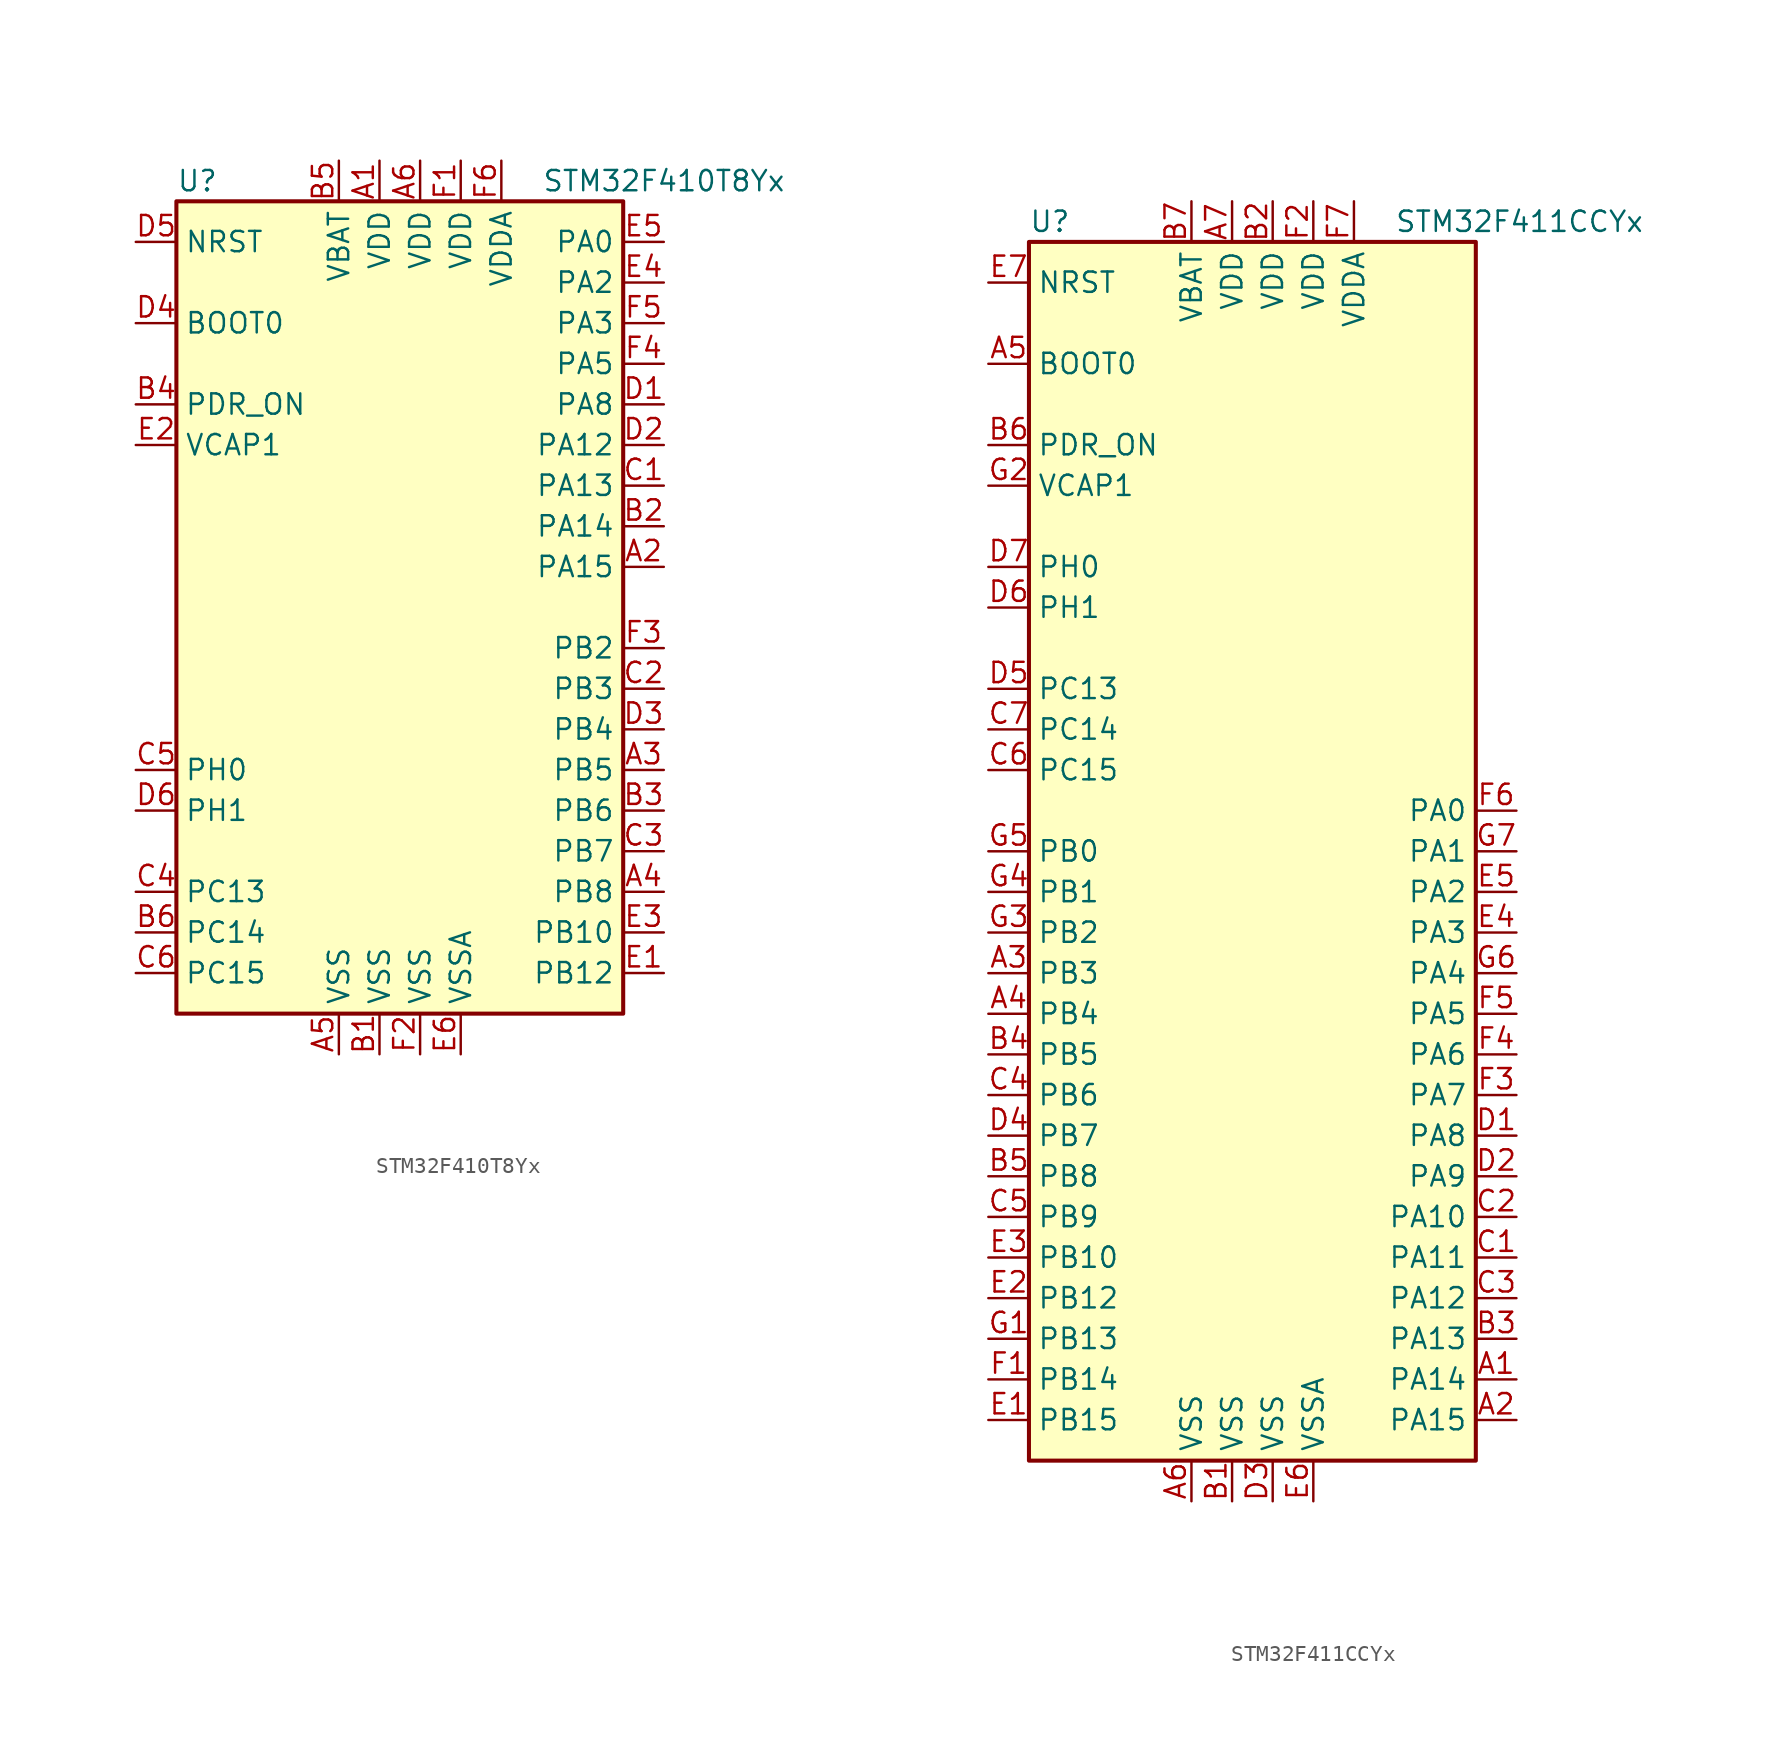
<source format=kicad_sym>
(kicad_symbol_lib
  (version 20220914)
  (generator kicad_symbol_editor)
  (symbol "STM32F410T8Yx"
    (property "Reference" "U"
      (at -15.24 26.67 0)
      (effects (font (size 1.27 1.27)) (justify left)))
    (property "Value" "STM32F410T8Yx"
      (at 7.62 26.67 0)
      (effects (font (size 1.27 1.27)) (justify left)))
    (symbol "STM32F410T8Yx_0_1"
      (rectangle (start -15.24 -25.4) (end 12.7 25.4) (stroke (width 0.254) (type default)) (fill (type background))))
    (symbol "STM32F410T8Yx_1_1"
      (pin power_in line (at -2.54 27.94 270) (length 2.54) (name "VDD" (effects (font (size 1.27 1.27)))) (number "A1" (effects (font (size 1.27 1.27)))))
      (pin bidirectional line (at 15.24 2.54 180) (length 2.54) (name "PA15" (effects (font (size 1.27 1.27)))) (number "A2" (effects (font (size 1.27 1.27)))))
      (pin bidirectional line (at 15.24 -10.16 180) (length 2.54) (name "PB5" (effects (font (size 1.27 1.27)))) (number "A3" (effects (font (size 1.27 1.27)))))
      (pin bidirectional line (at 15.24 -17.78 180) (length 2.54) (name "PB8" (effects (font (size 1.27 1.27)))) (number "A4" (effects (font (size 1.27 1.27)))))
      (pin power_in line (at -5.08 -27.94 90) (length 2.54) (name "VSS" (effects (font (size 1.27 1.27)))) (number "A5" (effects (font (size 1.27 1.27)))))
      (pin power_in line (at 0 27.94 270) (length 2.54) (name "VDD" (effects (font (size 1.27 1.27)))) (number "A6" (effects (font (size 1.27 1.27)))))
      (pin power_in line (at -2.54 -27.94 90) (length 2.54) (name "VSS" (effects (font (size 1.27 1.27)))) (number "B1" (effects (font (size 1.27 1.27)))))
      (pin bidirectional line (at 15.24 5.08 180) (length 2.54) (name "PA14" (effects (font (size 1.27 1.27)))) (number "B2" (effects (font (size 1.27 1.27)))))
      (pin bidirectional line (at 15.24 -12.7 180) (length 2.54) (name "PB6" (effects (font (size 1.27 1.27)))) (number "B3" (effects (font (size 1.27 1.27)))))
      (pin power_in line (at -17.78 12.7 0) (length 2.54) (name "PDR_ON" (effects (font (size 1.27 1.27)))) (number "B4" (effects (font (size 1.27 1.27)))))
      (pin power_in line (at -5.08 27.94 270) (length 2.54) (name "VBAT" (effects (font (size 1.27 1.27)))) (number "B5" (effects (font (size 1.27 1.27)))))
      (pin bidirectional line (at -17.78 -20.32 0) (length 2.54) (name "PC14" (effects (font (size 1.27 1.27)))) (number "B6" (effects (font (size 1.27 1.27)))))
      (pin bidirectional line (at 15.24 7.62 180) (length 2.54) (name "PA13" (effects (font (size 1.27 1.27)))) (number "C1" (effects (font (size 1.27 1.27)))))
      (pin bidirectional line (at 15.24 -5.08 180) (length 2.54) (name "PB3" (effects (font (size 1.27 1.27)))) (number "C2" (effects (font (size 1.27 1.27)))))
      (pin bidirectional line (at 15.24 -15.24 180) (length 2.54) (name "PB7" (effects (font (size 1.27 1.27)))) (number "C3" (effects (font (size 1.27 1.27)))))
      (pin bidirectional line (at -17.78 -17.78 0) (length 2.54) (name "PC13" (effects (font (size 1.27 1.27)))) (number "C4" (effects (font (size 1.27 1.27)))))
      (pin input line (at -17.78 -10.16 0) (length 2.54) (name "PH0" (effects (font (size 1.27 1.27)))) (number "C5" (effects (font (size 1.27 1.27)))))
      (pin bidirectional line (at -17.78 -22.86 0) (length 2.54) (name "PC15" (effects (font (size 1.27 1.27)))) (number "C6" (effects (font (size 1.27 1.27)))))
      (pin bidirectional line (at 15.24 12.7 180) (length 2.54) (name "PA8" (effects (font (size 1.27 1.27)))) (number "D1" (effects (font (size 1.27 1.27)))))
      (pin bidirectional line (at 15.24 10.16 180) (length 2.54) (name "PA12" (effects (font (size 1.27 1.27)))) (number "D2" (effects (font (size 1.27 1.27)))))
      (pin bidirectional line (at 15.24 -7.62 180) (length 2.54) (name "PB4" (effects (font (size 1.27 1.27)))) (number "D3" (effects (font (size 1.27 1.27)))))
      (pin input line (at -17.78 17.78 0) (length 2.54) (name "BOOT0" (effects (font (size 1.27 1.27)))) (number "D4" (effects (font (size 1.27 1.27)))))
      (pin input line (at -17.78 22.86 0) (length 2.54) (name "NRST" (effects (font (size 1.27 1.27)))) (number "D5" (effects (font (size 1.27 1.27)))))
      (pin input line (at -17.78 -12.7 0) (length 2.54) (name "PH1" (effects (font (size 1.27 1.27)))) (number "D6" (effects (font (size 1.27 1.27)))))
      (pin bidirectional line (at 15.24 -22.86 180) (length 2.54) (name "PB12" (effects (font (size 1.27 1.27)))) (number "E1" (effects (font (size 1.27 1.27)))))
      (pin power_in line (at -17.78 10.16 0) (length 2.54) (name "VCAP1" (effects (font (size 1.27 1.27)))) (number "E2" (effects (font (size 1.27 1.27)))))
      (pin bidirectional line (at 15.24 -20.32 180) (length 2.54) (name "PB10" (effects (font (size 1.27 1.27)))) (number "E3" (effects (font (size 1.27 1.27)))))
      (pin bidirectional line (at 15.24 20.32 180) (length 2.54) (name "PA2" (effects (font (size 1.27 1.27)))) (number "E4" (effects (font (size 1.27 1.27)))))
      (pin bidirectional line (at 15.24 22.86 180) (length 2.54) (name "PA0" (effects (font (size 1.27 1.27)))) (number "E5" (effects (font (size 1.27 1.27)))))
      (pin power_in line (at 2.54 -27.94 90) (length 2.54) (name "VSSA" (effects (font (size 1.27 1.27)))) (number "E6" (effects (font (size 1.27 1.27)))))
      (pin power_in line (at 2.54 27.94 270) (length 2.54) (name "VDD" (effects (font (size 1.27 1.27)))) (number "F1" (effects (font (size 1.27 1.27)))))
      (pin power_in line (at 0 -27.94 90) (length 2.54) (name "VSS" (effects (font (size 1.27 1.27)))) (number "F2" (effects (font (size 1.27 1.27)))))
      (pin bidirectional line (at 15.24 -2.54 180) (length 2.54) (name "PB2" (effects (font (size 1.27 1.27)))) (number "F3" (effects (font (size 1.27 1.27)))))
      (pin bidirectional line (at 15.24 15.24 180) (length 2.54) (name "PA5" (effects (font (size 1.27 1.27)))) (number "F4" (effects (font (size 1.27 1.27)))))
      (pin bidirectional line (at 15.24 17.78 180) (length 2.54) (name "PA3" (effects (font (size 1.27 1.27)))) (number "F5" (effects (font (size 1.27 1.27)))))
      (pin power_in line (at 5.08 27.94 270) (length 2.54) (name "VDDA" (effects (font (size 1.27 1.27)))) (number "F6" (effects (font (size 1.27 1.27)))))))
  (symbol "STM32F411CCYx"
    (property "Reference" "U"
      (at -15.24 39.37 0)
      (effects (font (size 1.27 1.27)) (justify left)))
    (property "Value" "STM32F411CCYx"
      (at 7.62 39.37 0)
      (effects (font (size 1.27 1.27)) (justify left)))
    (symbol "STM32F411CCYx_0_1"
      (rectangle (start -15.24 -38.1) (end 12.7 38.1) (stroke (width 0.254) (type default)) (fill (type background))))
    (symbol "STM32F411CCYx_1_1"
      (pin bidirectional line (at 15.24 -33.02 180) (length 2.54) (name "PA14" (effects (font (size 1.27 1.27)))) (number "A1" (effects (font (size 1.27 1.27)))))
      (pin bidirectional line (at 15.24 -35.56 180) (length 2.54) (name "PA15" (effects (font (size 1.27 1.27)))) (number "A2" (effects (font (size 1.27 1.27)))))
      (pin bidirectional line (at -17.78 -7.62 0) (length 2.54) (name "PB3" (effects (font (size 1.27 1.27)))) (number "A3" (effects (font (size 1.27 1.27)))))
      (pin bidirectional line (at -17.78 -10.16 0) (length 2.54) (name "PB4" (effects (font (size 1.27 1.27)))) (number "A4" (effects (font (size 1.27 1.27)))))
      (pin input line (at -17.78 30.48 0) (length 2.54) (name "BOOT0" (effects (font (size 1.27 1.27)))) (number "A5" (effects (font (size 1.27 1.27)))))
      (pin power_in line (at -5.08 -40.64 90) (length 2.54) (name "VSS" (effects (font (size 1.27 1.27)))) (number "A6" (effects (font (size 1.27 1.27)))))
      (pin power_in line (at -2.54 40.64 270) (length 2.54) (name "VDD" (effects (font (size 1.27 1.27)))) (number "A7" (effects (font (size 1.27 1.27)))))
      (pin power_in line (at -2.54 -40.64 90) (length 2.54) (name "VSS" (effects (font (size 1.27 1.27)))) (number "B1" (effects (font (size 1.27 1.27)))))
      (pin power_in line (at 0 40.64 270) (length 2.54) (name "VDD" (effects (font (size 1.27 1.27)))) (number "B2" (effects (font (size 1.27 1.27)))))
      (pin bidirectional line (at 15.24 -30.48 180) (length 2.54) (name "PA13" (effects (font (size 1.27 1.27)))) (number "B3" (effects (font (size 1.27 1.27)))))
      (pin bidirectional line (at -17.78 -12.7 0) (length 2.54) (name "PB5" (effects (font (size 1.27 1.27)))) (number "B4" (effects (font (size 1.27 1.27)))))
      (pin bidirectional line (at -17.78 -20.32 0) (length 2.54) (name "PB8" (effects (font (size 1.27 1.27)))) (number "B5" (effects (font (size 1.27 1.27)))))
      (pin power_in line (at -17.78 25.4 0) (length 2.54) (name "PDR_ON" (effects (font (size 1.27 1.27)))) (number "B6" (effects (font (size 1.27 1.27)))))
      (pin power_in line (at -5.08 40.64 270) (length 2.54) (name "VBAT" (effects (font (size 1.27 1.27)))) (number "B7" (effects (font (size 1.27 1.27)))))
      (pin bidirectional line (at 15.24 -25.4 180) (length 2.54) (name "PA11" (effects (font (size 1.27 1.27)))) (number "C1" (effects (font (size 1.27 1.27)))))
      (pin bidirectional line (at 15.24 -22.86 180) (length 2.54) (name "PA10" (effects (font (size 1.27 1.27)))) (number "C2" (effects (font (size 1.27 1.27)))))
      (pin bidirectional line (at 15.24 -27.94 180) (length 2.54) (name "PA12" (effects (font (size 1.27 1.27)))) (number "C3" (effects (font (size 1.27 1.27)))))
      (pin bidirectional line (at -17.78 -15.24 0) (length 2.54) (name "PB6" (effects (font (size 1.27 1.27)))) (number "C4" (effects (font (size 1.27 1.27)))))
      (pin bidirectional line (at -17.78 -22.86 0) (length 2.54) (name "PB9" (effects (font (size 1.27 1.27)))) (number "C5" (effects (font (size 1.27 1.27)))))
      (pin bidirectional line (at -17.78 5.08 0) (length 2.54) (name "PC15" (effects (font (size 1.27 1.27)))) (number "C6" (effects (font (size 1.27 1.27)))))
      (pin bidirectional line (at -17.78 7.62 0) (length 2.54) (name "PC14" (effects (font (size 1.27 1.27)))) (number "C7" (effects (font (size 1.27 1.27)))))
      (pin bidirectional line (at 15.24 -17.78 180) (length 2.54) (name "PA8" (effects (font (size 1.27 1.27)))) (number "D1" (effects (font (size 1.27 1.27)))))
      (pin bidirectional line (at 15.24 -20.32 180) (length 2.54) (name "PA9" (effects (font (size 1.27 1.27)))) (number "D2" (effects (font (size 1.27 1.27)))))
      (pin power_in line (at 0 -40.64 90) (length 2.54) (name "VSS" (effects (font (size 1.27 1.27)))) (number "D3" (effects (font (size 1.27 1.27)))))
      (pin bidirectional line (at -17.78 -17.78 0) (length 2.54) (name "PB7" (effects (font (size 1.27 1.27)))) (number "D4" (effects (font (size 1.27 1.27)))))
      (pin bidirectional line (at -17.78 10.16 0) (length 2.54) (name "PC13" (effects (font (size 1.27 1.27)))) (number "D5" (effects (font (size 1.27 1.27)))))
      (pin input line (at -17.78 15.24 0) (length 2.54) (name "PH1" (effects (font (size 1.27 1.27)))) (number "D6" (effects (font (size 1.27 1.27)))))
      (pin input line (at -17.78 17.78 0) (length 2.54) (name "PH0" (effects (font (size 1.27 1.27)))) (number "D7" (effects (font (size 1.27 1.27)))))
      (pin bidirectional line (at -17.78 -35.56 0) (length 2.54) (name "PB15" (effects (font (size 1.27 1.27)))) (number "E1" (effects (font (size 1.27 1.27)))))
      (pin bidirectional line (at -17.78 -27.94 0) (length 2.54) (name "PB12" (effects (font (size 1.27 1.27)))) (number "E2" (effects (font (size 1.27 1.27)))))
      (pin bidirectional line (at -17.78 -25.4 0) (length 2.54) (name "PB10" (effects (font (size 1.27 1.27)))) (number "E3" (effects (font (size 1.27 1.27)))))
      (pin bidirectional line (at 15.24 -5.08 180) (length 2.54) (name "PA3" (effects (font (size 1.27 1.27)))) (number "E4" (effects (font (size 1.27 1.27)))))
      (pin bidirectional line (at 15.24 -2.54 180) (length 2.54) (name "PA2" (effects (font (size 1.27 1.27)))) (number "E5" (effects (font (size 1.27 1.27)))))
      (pin power_in line (at 2.54 -40.64 90) (length 2.54) (name "VSSA" (effects (font (size 1.27 1.27)))) (number "E6" (effects (font (size 1.27 1.27)))))
      (pin input line (at -17.78 35.56 0) (length 2.54) (name "NRST" (effects (font (size 1.27 1.27)))) (number "E7" (effects (font (size 1.27 1.27)))))
      (pin bidirectional line (at -17.78 -33.02 0) (length 2.54) (name "PB14" (effects (font (size 1.27 1.27)))) (number "F1" (effects (font (size 1.27 1.27)))))
      (pin power_in line (at 2.54 40.64 270) (length 2.54) (name "VDD" (effects (font (size 1.27 1.27)))) (number "F2" (effects (font (size 1.27 1.27)))))
      (pin bidirectional line (at 15.24 -15.24 180) (length 2.54) (name "PA7" (effects (font (size 1.27 1.27)))) (number "F3" (effects (font (size 1.27 1.27)))))
      (pin bidirectional line (at 15.24 -12.7 180) (length 2.54) (name "PA6" (effects (font (size 1.27 1.27)))) (number "F4" (effects (font (size 1.27 1.27)))))
      (pin bidirectional line (at 15.24 -10.16 180) (length 2.54) (name "PA5" (effects (font (size 1.27 1.27)))) (number "F5" (effects (font (size 1.27 1.27)))))
      (pin bidirectional line (at 15.24 2.54 180) (length 2.54) (name "PA0" (effects (font (size 1.27 1.27)))) (number "F6" (effects (font (size 1.27 1.27)))))
      (pin power_in line (at 5.08 40.64 270) (length 2.54) (name "VDDA" (effects (font (size 1.27 1.27)))) (number "F7" (effects (font (size 1.27 1.27)))))
      (pin bidirectional line (at -17.78 -30.48 0) (length 2.54) (name "PB13" (effects (font (size 1.27 1.27)))) (number "G1" (effects (font (size 1.27 1.27)))))
      (pin power_in line (at -17.78 22.86 0) (length 2.54) (name "VCAP1" (effects (font (size 1.27 1.27)))) (number "G2" (effects (font (size 1.27 1.27)))))
      (pin bidirectional line (at -17.78 -5.08 0) (length 2.54) (name "PB2" (effects (font (size 1.27 1.27)))) (number "G3" (effects (font (size 1.27 1.27)))))
      (pin bidirectional line (at -17.78 -2.54 0) (length 2.54) (name "PB1" (effects (font (size 1.27 1.27)))) (number "G4" (effects (font (size 1.27 1.27)))))
      (pin bidirectional line (at -17.78 0 0) (length 2.54) (name "PB0" (effects (font (size 1.27 1.27)))) (number "G5" (effects (font (size 1.27 1.27)))))
      (pin bidirectional line (at 15.24 -7.62 180) (length 2.54) (name "PA4" (effects (font (size 1.27 1.27)))) (number "G6" (effects (font (size 1.27 1.27)))))
      (pin bidirectional line (at 15.24 0 180) (length 2.54) (name "PA1" (effects (font (size 1.27 1.27)))) (number "G7" (effects (font (size 1.27 1.27))))))))
</source>
